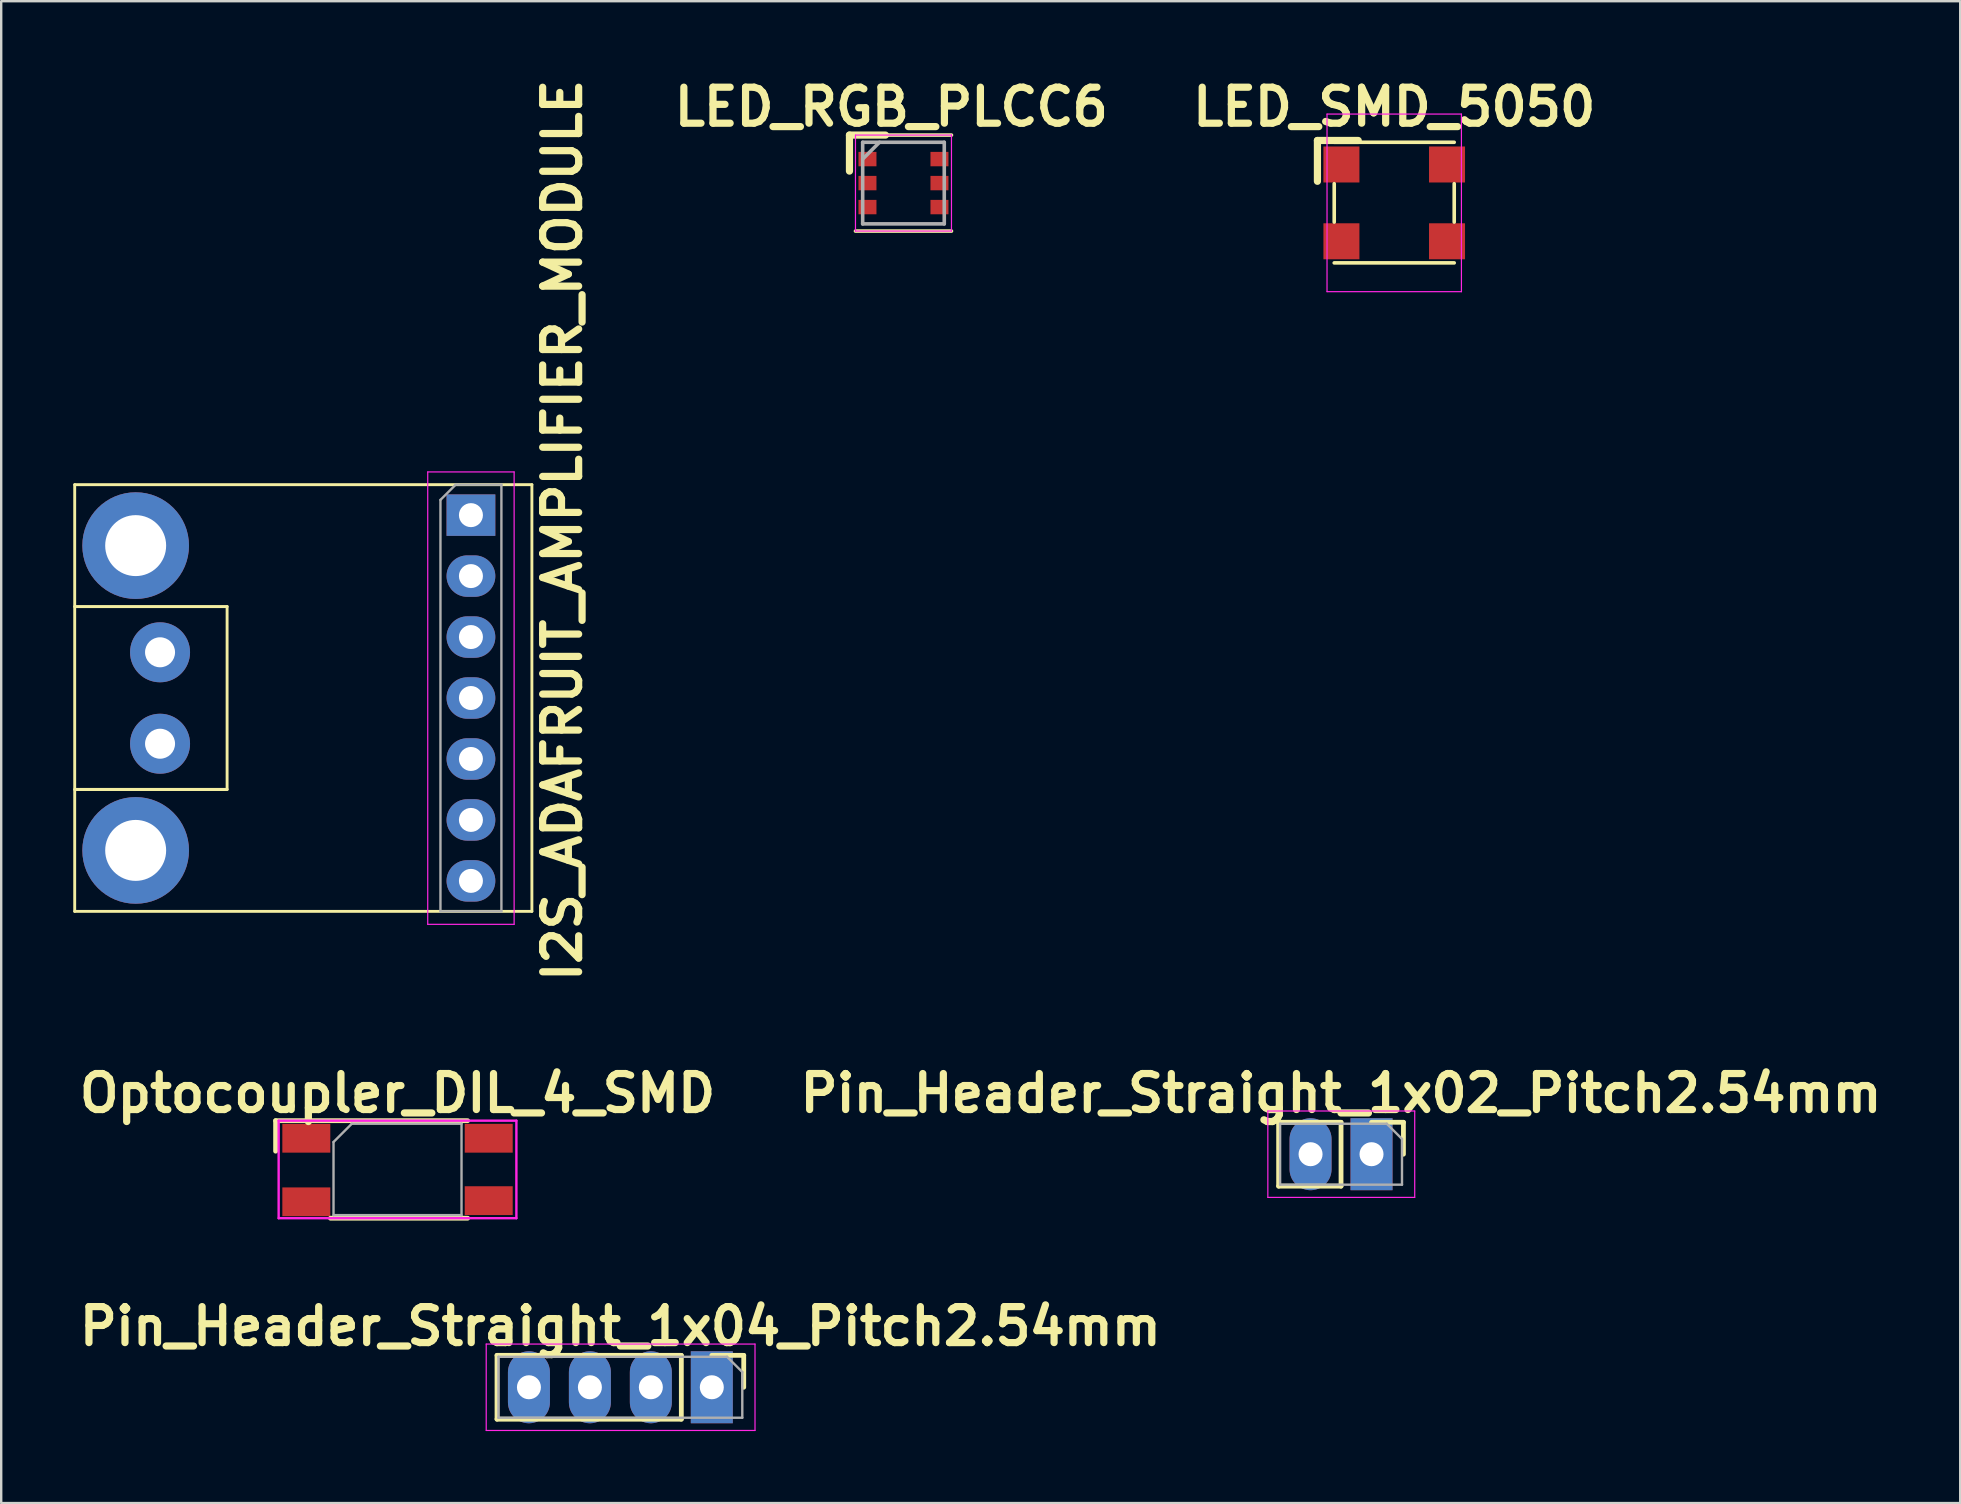
<source format=kicad_pcb>
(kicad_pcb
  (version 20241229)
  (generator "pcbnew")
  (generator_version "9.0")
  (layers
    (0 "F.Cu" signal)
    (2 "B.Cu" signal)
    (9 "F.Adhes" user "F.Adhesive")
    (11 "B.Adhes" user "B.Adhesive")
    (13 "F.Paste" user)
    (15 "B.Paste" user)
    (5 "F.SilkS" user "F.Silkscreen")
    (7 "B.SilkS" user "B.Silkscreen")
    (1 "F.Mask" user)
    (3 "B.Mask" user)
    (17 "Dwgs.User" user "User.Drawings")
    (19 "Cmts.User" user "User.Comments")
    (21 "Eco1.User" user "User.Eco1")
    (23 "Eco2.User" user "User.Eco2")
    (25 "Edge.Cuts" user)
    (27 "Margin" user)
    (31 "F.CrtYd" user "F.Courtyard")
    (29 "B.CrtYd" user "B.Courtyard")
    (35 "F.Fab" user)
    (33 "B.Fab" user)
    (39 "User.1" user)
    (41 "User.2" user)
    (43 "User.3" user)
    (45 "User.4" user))
  (footprint "I2S_ADAFRUIT_AMPLIFIER_MODULE"
    (layer "F.Cu")
    (at 16.573 18.415)
    (property "Reference" "I2S_ADAFRUIT_AMPLIFIER_MODULE" (at 3.81 0.635 90) (layer "F.SilkS") (effects (font (size 1.5 1.5) (thickness 0.3))))
    (attr through_hole)
    (fp_line (start -16.51 -1.27) (end -16.51 16.51) (stroke (width 0.12) (type solid)) (layer "F.SilkS"))
    (fp_line (start -16.51 -1.27) (end 2.54 -1.27) (stroke (width 0.12) (type solid)) (layer "F.SilkS"))
    (fp_line (start -16.51 16.51) (end 2.54 16.51) (stroke (width 0.12) (type solid)) (layer "F.SilkS"))
    (fp_line (start -10.16 3.81) (end -16.51 3.81) (stroke (width 0.127) (type solid)) (layer "F.SilkS"))
    (fp_line (start -10.16 3.81) (end -10.16 11.43) (stroke (width 0.12) (type solid)) (layer "F.SilkS"))
    (fp_line (start -10.16 11.43) (end -16.51 11.43) (stroke (width 0.127) (type solid)) (layer "F.SilkS"))
    (fp_line (start 2.54 -1.27) (end 2.54 16.51) (stroke (width 0.12) (type solid)) (layer "F.SilkS"))
    (fp_line (start -1.8 -1.8) (end -1.8 17.05) (stroke (width 0.05) (type solid)) (layer "F.CrtYd"))
    (fp_line (start -1.8 17.05) (end 1.8 17.05) (stroke (width 0.05) (type solid)) (layer "F.CrtYd"))
    (fp_line (start 1.8 -1.8) (end -1.8 -1.8) (stroke (width 0.05) (type solid)) (layer "F.CrtYd"))
    (fp_line (start 1.8 17.05) (end 1.8 -1.8) (stroke (width 0.05) (type solid)) (layer "F.CrtYd"))
    (fp_line (start -1.27 -0.635) (end -0.635 -1.27) (stroke (width 0.1) (type solid)) (layer "F.Fab"))
    (fp_line (start -1.27 16.51) (end -1.27 -0.635) (stroke (width 0.1) (type solid)) (layer "F.Fab"))
    (fp_line (start -0.635 -1.27) (end 1.27 -1.27) (stroke (width 0.1) (type solid)) (layer "F.Fab"))
    (fp_line (start 1.27 -1.27) (end 1.27 16.51) (stroke (width 0.1) (type solid)) (layer "F.Fab"))
    (fp_line (start 1.27 16.51) (end -1.27 16.51) (stroke (width 0.1) (type solid)) (layer "F.Fab"))
    (pad "1" thru_hole rect (at 0 0) (size 2.032 1.727) (drill 1) (layers "*.Cu" "*.Mask"))
    (pad "2" thru_hole oval (at 0 2.54) (size 2.032 1.727) (drill 1) (layers "*.Cu" "*.Mask"))
    (pad "3" thru_hole oval (at 0 5.08) (size 2.032 1.727) (drill 1) (layers "*.Cu" "*.Mask"))
    (pad "4" thru_hole oval (at 0 7.62) (size 2.032 1.727) (drill 1) (layers "*.Cu" "*.Mask"))
    (pad "5" thru_hole oval (at 0 10.16) (size 2.032 1.727) (drill 1) (layers "*.Cu" "*.Mask"))
    (pad "6" thru_hole oval (at 0 12.7) (size 2.032 1.727) (drill 1) (layers "*.Cu" "*.Mask"))
    (pad "7" thru_hole oval (at 0 15.24) (size 2.032 1.727) (drill 1) (layers "*.Cu" "*.Mask"))
    (pad "8" thru_hole circle (at -12.954 5.715) (size 2.5 2.5) (drill 1.25) (layers "*.Cu" "*.Mask"))
    (pad "9" thru_hole circle (at -12.954 9.525) (size 2.5 2.5) (drill 1.25) (layers "*.Cu" "*.Mask"))
    (pad "10" thru_hole circle (at -13.97 1.27) (size 4.445 4.445) (drill 2.54) (layers "*.Cu" "*.Mask"))
    (pad "11" thru_hole circle (at -13.97 13.97) (size 4.445 4.445) (drill 2.54) (layers "*.Cu" "*.Mask")))
  (footprint "Pin_Header_Straight_1x04_Pitch2.54mm"
    (layer "F.Cu")
    (at 26.61 54.755)
    (property "Reference" "Pin_Header_Straight_1x04_Pitch2.54mm" (at -3.81 -2.54 0) (layer "F.SilkS") (effects (font (size 1.5 1.5) (thickness 0.3))))
    (attr through_hole)
    (fp_line (start -8.95 -1.33) (end -8.95 1.33) (stroke (width 0.2) (type solid)) (layer "F.SilkS"))
    (fp_line (start -1.27 -1.33) (end -8.95 -1.33) (stroke (width 0.2) (type solid)) (layer "F.SilkS"))
    (fp_line (start -1.27 -1.33) (end -1.27 1.33) (stroke (width 0.2) (type solid)) (layer "F.SilkS"))
    (fp_line (start -1.27 1.33) (end -8.95 1.33) (stroke (width 0.2) (type solid)) (layer "F.SilkS"))
    (fp_line (start 0 -1.33) (end 1.33 -1.33) (stroke (width 0.2) (type solid)) (layer "F.SilkS"))
    (fp_line (start 1.33 -1.33) (end 1.33 0) (stroke (width 0.2) (type solid)) (layer "F.SilkS"))
    (fp_line (start -9.4 -1.8) (end -9.4 1.8) (stroke (width 0.05) (type solid)) (layer "F.CrtYd"))
    (fp_line (start -9.4 1.8) (end 1.8 1.8) (stroke (width 0.05) (type solid)) (layer "F.CrtYd"))
    (fp_line (start 1.8 -1.8) (end -9.4 -1.8) (stroke (width 0.05) (type solid)) (layer "F.CrtYd"))
    (fp_line (start 1.8 1.8) (end 1.8 -1.8) (stroke (width 0.05) (type solid)) (layer "F.CrtYd"))
    (fp_line (start -8.89 -1.27) (end 0.635 -1.27) (stroke (width 0.1) (type solid)) (layer "F.Fab"))
    (fp_line (start -8.89 1.27) (end -8.89 -1.27) (stroke (width 0.1) (type solid)) (layer "F.Fab"))
    (fp_line (start 0.635 -1.27) (end 1.27 -0.635) (stroke (width 0.1) (type solid)) (layer "F.Fab"))
    (fp_line (start 1.27 -0.635) (end 1.27 1.27) (stroke (width 0.1) (type solid)) (layer "F.Fab"))
    (fp_line (start 1.27 1.27) (end -8.89 1.27) (stroke (width 0.1) (type solid)) (layer "F.Fab"))
    (pad "1" thru_hole rect (at 0 0 270) (size 3 1.75) (drill 1) (layers "*.Cu" "*.Mask"))
    (pad "2" thru_hole oval (at -2.54 0 270) (size 3 1.75) (drill 1) (layers "*.Cu" "*.Mask"))
    (pad "3" thru_hole oval (at -5.08 0 270) (size 3 1.75) (drill 1) (layers "*.Cu" "*.Mask"))
    (pad "4" thru_hole oval (at -7.62 0 270) (size 3 1.75) (drill 1) (layers "*.Cu" "*.Mask")))
  (footprint "LED_RGB_PLCC6"
    (layer "F.Cu")
    (at 34.596 4.579)
    (property "Reference" "LED_RGB_PLCC6" (at -0.508 -3.175 0) (layer "F.SilkS") (effects (font (size 1.5 1.5) (thickness 0.3))))
    (attr smd)
    (fp_line (start -2.25 -2) (end -0.75 -2) (stroke (width 0.3) (type solid)) (layer "F.SilkS"))
    (fp_line (start -2.25 -0.5) (end -2.25 -2) (stroke (width 0.3) (type solid)) (layer "F.SilkS"))
    (fp_line (start -2 2) (end 2 2) (stroke (width 0.15) (type solid)) (layer "F.SilkS"))
    (fp_line (start 2 -2) (end -1 -2) (stroke (width 0.15) (type solid)) (layer "F.SilkS"))
    (fp_line (start -2 -2) (end -2 2) (stroke (width 0.05) (type solid)) (layer "F.CrtYd"))
    (fp_line (start -2 -2) (end 2 -2) (stroke (width 0.05) (type solid)) (layer "F.CrtYd"))
    (fp_line (start -2 2) (end 2 2) (stroke (width 0.05) (type solid)) (layer "F.CrtYd"))
    (fp_line (start 2 -2) (end 2 2) (stroke (width 0.05) (type solid)) (layer "F.CrtYd"))
    (fp_line (start -1.7 -1.7) (end 1.7 -1.7) (stroke (width 0.15) (type solid)) (layer "F.Fab"))
    (fp_line (start -1.7 1.7) (end -1.7 -1.7) (stroke (width 0.15) (type solid)) (layer "F.Fab"))
    (fp_line (start -1 -1.7) (end -1.7 -1) (stroke (width 0.15) (type solid)) (layer "F.Fab"))
    (fp_line (start 1.7 -1.7) (end 1.7 1.7) (stroke (width 0.15) (type solid)) (layer "F.Fab"))
    (fp_line (start 1.7 1.7) (end -1.7 1.7) (stroke (width 0.15) (type solid)) (layer "F.Fab"))
    (pad "1" smd rect (at -1.5 -1) (size 0.75 0.6) (layers "F.Cu" "F.Mask" "F.Paste"))
    (pad "2" smd rect (at -1.5 0) (size 0.75 0.6) (layers "F.Cu" "F.Mask" "F.Paste"))
    (pad "3" smd rect (at -1.5 1) (size 0.75 0.6) (layers "F.Cu" "F.Mask" "F.Paste"))
    (pad "4" smd rect (at 1.5 1) (size 0.75 0.6) (layers "F.Cu" "F.Mask" "F.Paste"))
    (pad "5" smd rect (at 1.5 0) (size 0.75 0.6) (layers "F.Cu" "F.Mask" "F.Paste"))
    (pad "6" smd rect (at 1.5 -1) (size 0.75 0.6) (layers "F.Cu" "F.Mask" "F.Paste")))
  (footprint "Pin_Header_Straight_1x02_Pitch2.54mm"
    (layer "F.Cu")
    (at 54.099 45.044)
    (property "Reference" "Pin_Header_Straight_1x02_Pitch2.54mm" (at -1.27 -2.54 0) (layer "F.SilkS") (effects (font (size 1.5 1.5) (thickness 0.3))))
    (attr through_hole)
    (fp_line (start -3.87 -1.33) (end -3.87 1.33) (stroke (width 0.2) (type solid)) (layer "F.SilkS"))
    (fp_line (start -1.27 -1.33) (end -3.87 -1.33) (stroke (width 0.2) (type solid)) (layer "F.SilkS"))
    (fp_line (start -1.27 -1.33) (end -1.27 1.33) (stroke (width 0.2) (type solid)) (layer "F.SilkS"))
    (fp_line (start -1.27 1.33) (end -3.87 1.33) (stroke (width 0.2) (type solid)) (layer "F.SilkS"))
    (fp_line (start 0 -1.33) (end 1.33 -1.33) (stroke (width 0.2) (type solid)) (layer "F.SilkS"))
    (fp_line (start 1.33 -1.33) (end 1.33 0) (stroke (width 0.2) (type solid)) (layer "F.SilkS"))
    (fp_line (start -4.32 -1.8) (end -4.32 1.8) (stroke (width 0.05) (type solid)) (layer "F.CrtYd"))
    (fp_line (start -4.32 1.8) (end 1.8 1.8) (stroke (width 0.05) (type solid)) (layer "F.CrtYd"))
    (fp_line (start 1.8 -1.8) (end -4.32 -1.8) (stroke (width 0.05) (type solid)) (layer "F.CrtYd"))
    (fp_line (start 1.8 1.8) (end 1.8 -1.8) (stroke (width 0.05) (type solid)) (layer "F.CrtYd"))
    (fp_line (start -3.81 -1.27) (end 0.635 -1.27) (stroke (width 0.1) (type solid)) (layer "F.Fab"))
    (fp_line (start -3.81 1.27) (end -3.81 -1.27) (stroke (width 0.1) (type solid)) (layer "F.Fab"))
    (fp_line (start 0.635 -1.27) (end 1.27 -0.635) (stroke (width 0.1) (type solid)) (layer "F.Fab"))
    (fp_line (start 1.27 -0.635) (end 1.27 1.27) (stroke (width 0.1) (type solid)) (layer "F.Fab"))
    (fp_line (start 1.27 1.27) (end -3.81 1.27) (stroke (width 0.1) (type solid)) (layer "F.Fab"))
    (pad "1" thru_hole rect (at 0 0 270) (size 3 1.75) (drill 1) (layers "*.Cu" "*.Mask"))
    (pad "2" thru_hole oval (at -2.54 0 270) (size 3 1.75) (drill 1) (layers "*.Cu" "*.Mask")))
  (footprint "Optocoupler_DIL_4_SMD"
    (layer "F.Cu")
    (at 13.514 45.679)
    (property "Reference" "Optocoupler_DIL_4_SMD" (at 0 -3.175 0) (layer "F.SilkS") (effects (font (size 1.5 1.5) (thickness 0.3))))
    (attr through_hole)
    (fp_line (start -5.08 -0.762) (end -5.08 -2.032) (stroke (width 0.2) (type solid)) (layer "F.SilkS"))
    (fp_line (start -2.794 2.032) (end 2.921 2.032) (stroke (width 0.2) (type solid)) (layer "F.SilkS"))
    (fp_line (start 2.921 -2.032) (end -5.08 -2.032) (stroke (width 0.2) (type solid)) (layer "F.SilkS"))
    (fp_line (start -4.953 -2.032) (end 4.953 -2.032) (stroke (width 0.1) (type solid)) (layer "F.CrtYd"))
    (fp_line (start -4.953 2.032) (end -4.953 -2.032) (stroke (width 0.1) (type solid)) (layer "F.CrtYd"))
    (fp_line (start 4.953 -2.032) (end 4.953 2.032) (stroke (width 0.1) (type solid)) (layer "F.CrtYd"))
    (fp_line (start 4.953 2.032) (end -4.953 2.032) (stroke (width 0.1) (type solid)) (layer "F.CrtYd"))
    (fp_line (start -2.667 -1.143) (end -2.667 1.905) (stroke (width 0.1) (type solid)) (layer "F.Fab"))
    (fp_line (start -2.667 1.905) (end 2.667 1.905) (stroke (width 0.1) (type solid)) (layer "F.Fab"))
    (fp_line (start -1.905 -1.905) (end -2.667 -1.143) (stroke (width 0.1) (type solid)) (layer "F.Fab"))
    (fp_line (start 2.667 -1.905) (end -1.905 -1.905) (stroke (width 0.1) (type solid)) (layer "F.Fab"))
    (fp_line (start 2.667 1.905) (end 2.667 -1.905) (stroke (width 0.1) (type solid)) (layer "F.Fab"))
    (pad "1" smd rect (at -3.8 -1.3) (size 1.999 1.2) (layers "F.Cu" "F.Mask" "F.Paste"))
    (pad "2" smd rect (at -3.8 1.349) (size 1.999 1.2) (layers "F.Cu" "F.Mask" "F.Paste"))
    (pad "3" smd rect (at 3.8 1.3) (size 1.999 1.2) (layers "F.Cu" "F.Mask" "F.Paste"))
    (pad "4" smd rect (at 3.8 -1.3) (size 1.999 1.2) (layers "F.Cu" "F.Mask" "F.Paste")))
  (footprint "LED_SMD_5050"
    (layer "F.Cu")
    (at 55.045 5.404)
    (property "Reference" "LED_SMD_5050" (at 0 -4 0) (layer "F.SilkS") (effects (font (size 1.5 1.5) (thickness 0.3))))
    (attr smd)
    (fp_line (start -3.2 -2.6) (end -3.2 -0.9) (stroke (width 0.3) (type solid)) (layer "F.SilkS"))
    (fp_line (start -2.5 -2.525) (end 2.5 -2.525) (stroke (width 0.15) (type solid)) (layer "F.SilkS"))
    (fp_line (start -2.5 -0.8) (end -2.5 0.8) (stroke (width 0.15) (type solid)) (layer "F.SilkS"))
    (fp_line (start -2.5 2.5) (end 2.5 2.5) (stroke (width 0.15) (type solid)) (layer "F.SilkS"))
    (fp_line (start -1.5 -2.6) (end -3.2 -2.6) (stroke (width 0.3) (type solid)) (layer "F.SilkS"))
    (fp_line (start 2.5 -0.8) (end 2.5 0.8) (stroke (width 0.15) (type solid)) (layer "F.SilkS"))
    (fp_line (start -2.8 -3.7) (end -2.8 3.7) (stroke (width 0.05) (type solid)) (layer "F.CrtYd"))
    (fp_line (start -2.8 -3.7) (end 2.8 -3.7) (stroke (width 0.05) (type solid)) (layer "F.CrtYd"))
    (fp_line (start 2.8 3.7) (end -2.8 3.7) (stroke (width 0.05) (type solid)) (layer "F.CrtYd"))
    (fp_line (start 2.8 3.7) (end 2.8 -3.7) (stroke (width 0.05) (type solid)) (layer "F.CrtYd"))
    (pad "1" smd rect (at -2.2 -1.6) (size 1.5 1.5) (layers "F.Cu" "F.Mask" "F.Paste"))
    (pad "2" smd rect (at -2.2 1.6) (size 1.5 1.5) (layers "F.Cu" "F.Mask" "F.Paste"))
    (pad "3" smd rect (at 2.2 -1.6) (size 1.5 1.5) (layers "F.Cu" "F.Mask" "F.Paste"))
    (pad "4" smd rect (at 2.2 1.6) (size 1.5 1.5) (layers "F.Cu" "F.Mask" "F.Paste")))
  (gr_rect
    (start -3 -3)
    (end 78.629 59.58)
    (stroke (width 0.1) (type default))
    (fill no)
    (layer "Edge.Cuts")))
</source>
